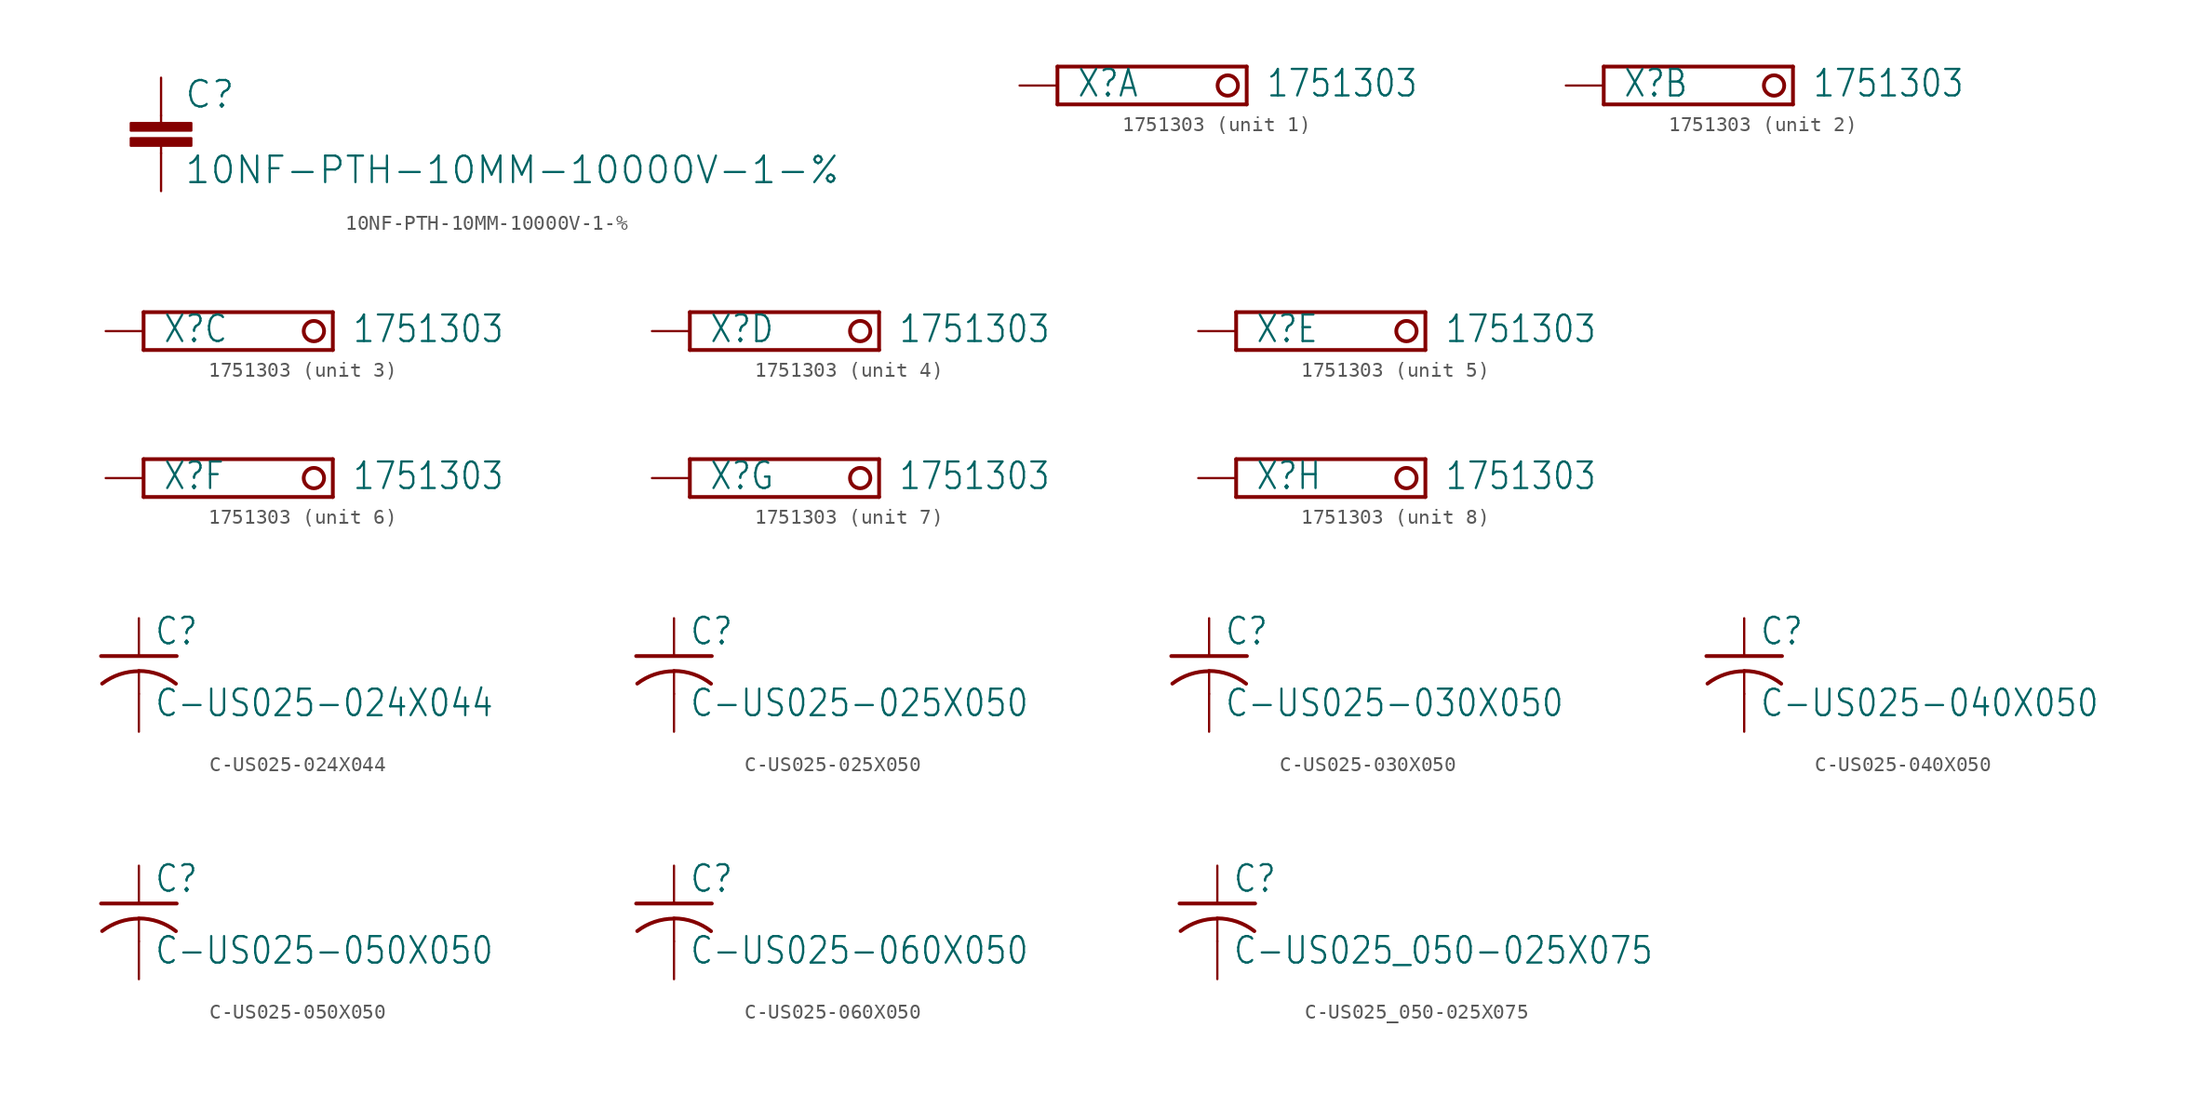
<source format=kicad_sym>
(kicad_symbol_lib
  (version 20220331)
  (generator kicad_symbol_editor)
  (symbol "10NF-PTH-10MM-10000V-1-%"
    (property "Reference" "C"
      (at 1.524 2.921 0)
      (effects (font (size 1.778 1.778)) (justify left bottom)))
    (property "Value" "10NF-PTH-10MM-10000V-1-%"
      (at 1.524 -2.159 0)
      (effects (font (size 1.778 1.778)) (justify left bottom)))
    (property "ki_locked" ""
      (at 0 0 0)
      (effects (font (size 1.27 1.27))))
    (symbol "10NF-PTH-10MM-10000V-1-%_1_0"
      (rectangle (start -2.032 0.508) (end 2.032 1.016) (stroke (width 0) (type default)) (fill (type outline)))
      (rectangle (start -2.032 1.524) (end 2.032 2.032) (stroke (width 0) (type default)) (fill (type outline)))
      (polyline (pts (xy 0 0) (xy 0 0.508)) (stroke (width 0.152) (type solid)) (fill (type none)))
      (polyline (pts (xy 0 2.54) (xy 0 2.032)) (stroke (width 0.152) (type solid)) (fill (type none)))
      (pin passive line (at 0 5.08 270) (length 2.54) (name "1" (effects (font (size 0 0)))) (number "1" (effects (font (size 0 0)))))
      (pin passive line (at 0 -2.54 90) (length 2.54) (name "2" (effects (font (size 0 0)))) (number "2" (effects (font (size 0 0)))))))
  (symbol "1751303"
    (property "Reference" "X"
      (at 1.27 -0.889 0)
      (effects (font (size 1.778 1.511)) (justify left bottom)))
    (property "Value" "1751303"
      (at 13.97 -0.889 0)
      (effects (font (size 1.778 1.511)) (justify left bottom)))
    (property "ki_locked" ""
      (at 0 0 0)
      (effects (font (size 1.27 1.27))))
    (symbol "1751303_1_0"
      (polyline (pts (xy 0 -1.27) (xy 0 1.27)) (stroke (width 0.254) (type solid)) (fill (type none)))
      (polyline (pts (xy 0 1.27) (xy 12.7 1.27)) (stroke (width 0.254) (type solid)) (fill (type none)))
      (polyline (pts (xy 12.7 -1.27) (xy 0 -1.27)) (stroke (width 0.254) (type solid)) (fill (type none)))
      (polyline (pts (xy 12.7 -1.27) (xy 12.7 1.27)) (stroke (width 0.254) (type solid)) (fill (type none)))
      (circle (center 11.43 0) (radius 0.684) (stroke (width 0.254) (type solid)) (fill (type none)))
      (pin passive line (at -2.54 0 0) (length 2.54) (name "K" (effects (font (size 0 0)))) (number "1" (effects (font (size 0 0))))))
    (symbol "1751303_2_0"
      (polyline (pts (xy 0 -1.27) (xy 0 1.27)) (stroke (width 0.254) (type solid)) (fill (type none)))
      (polyline (pts (xy 0 1.27) (xy 12.7 1.27)) (stroke (width 0.254) (type solid)) (fill (type none)))
      (polyline (pts (xy 12.7 -1.27) (xy 0 -1.27)) (stroke (width 0.254) (type solid)) (fill (type none)))
      (polyline (pts (xy 12.7 -1.27) (xy 12.7 1.27)) (stroke (width 0.254) (type solid)) (fill (type none)))
      (circle (center 11.43 0) (radius 0.684) (stroke (width 0.254) (type solid)) (fill (type none)))
      (pin passive line (at -2.54 0 0) (length 2.54) (name "K" (effects (font (size 0 0)))) (number "2" (effects (font (size 0 0))))))
    (symbol "1751303_3_0"
      (polyline (pts (xy 0 -1.27) (xy 0 1.27)) (stroke (width 0.254) (type solid)) (fill (type none)))
      (polyline (pts (xy 0 1.27) (xy 12.7 1.27)) (stroke (width 0.254) (type solid)) (fill (type none)))
      (polyline (pts (xy 12.7 -1.27) (xy 0 -1.27)) (stroke (width 0.254) (type solid)) (fill (type none)))
      (polyline (pts (xy 12.7 -1.27) (xy 12.7 1.27)) (stroke (width 0.254) (type solid)) (fill (type none)))
      (circle (center 11.43 0) (radius 0.684) (stroke (width 0.254) (type solid)) (fill (type none)))
      (pin passive line (at -2.54 0 0) (length 2.54) (name "K" (effects (font (size 0 0)))) (number "3" (effects (font (size 0 0))))))
    (symbol "1751303_4_0"
      (polyline (pts (xy 0 -1.27) (xy 0 1.27)) (stroke (width 0.254) (type solid)) (fill (type none)))
      (polyline (pts (xy 0 1.27) (xy 12.7 1.27)) (stroke (width 0.254) (type solid)) (fill (type none)))
      (polyline (pts (xy 12.7 -1.27) (xy 0 -1.27)) (stroke (width 0.254) (type solid)) (fill (type none)))
      (polyline (pts (xy 12.7 -1.27) (xy 12.7 1.27)) (stroke (width 0.254) (type solid)) (fill (type none)))
      (circle (center 11.43 0) (radius 0.684) (stroke (width 0.254) (type solid)) (fill (type none)))
      (pin passive line (at -2.54 0 0) (length 2.54) (name "K" (effects (font (size 0 0)))) (number "4" (effects (font (size 0 0))))))
    (symbol "1751303_5_0"
      (polyline (pts (xy 0 -1.27) (xy 0 1.27)) (stroke (width 0.254) (type solid)) (fill (type none)))
      (polyline (pts (xy 0 1.27) (xy 12.7 1.27)) (stroke (width 0.254) (type solid)) (fill (type none)))
      (polyline (pts (xy 12.7 -1.27) (xy 0 -1.27)) (stroke (width 0.254) (type solid)) (fill (type none)))
      (polyline (pts (xy 12.7 -1.27) (xy 12.7 1.27)) (stroke (width 0.254) (type solid)) (fill (type none)))
      (circle (center 11.43 0) (radius 0.684) (stroke (width 0.254) (type solid)) (fill (type none)))
      (pin passive line (at -2.54 0 0) (length 2.54) (name "K" (effects (font (size 0 0)))) (number "5" (effects (font (size 0 0))))))
    (symbol "1751303_6_0"
      (polyline (pts (xy 0 -1.27) (xy 0 1.27)) (stroke (width 0.254) (type solid)) (fill (type none)))
      (polyline (pts (xy 0 1.27) (xy 12.7 1.27)) (stroke (width 0.254) (type solid)) (fill (type none)))
      (polyline (pts (xy 12.7 -1.27) (xy 0 -1.27)) (stroke (width 0.254) (type solid)) (fill (type none)))
      (polyline (pts (xy 12.7 -1.27) (xy 12.7 1.27)) (stroke (width 0.254) (type solid)) (fill (type none)))
      (circle (center 11.43 0) (radius 0.684) (stroke (width 0.254) (type solid)) (fill (type none)))
      (pin passive line (at -2.54 0 0) (length 2.54) (name "K" (effects (font (size 0 0)))) (number "6" (effects (font (size 0 0))))))
    (symbol "1751303_7_0"
      (polyline (pts (xy 0 -1.27) (xy 0 1.27)) (stroke (width 0.254) (type solid)) (fill (type none)))
      (polyline (pts (xy 0 1.27) (xy 12.7 1.27)) (stroke (width 0.254) (type solid)) (fill (type none)))
      (polyline (pts (xy 12.7 -1.27) (xy 0 -1.27)) (stroke (width 0.254) (type solid)) (fill (type none)))
      (polyline (pts (xy 12.7 -1.27) (xy 12.7 1.27)) (stroke (width 0.254) (type solid)) (fill (type none)))
      (circle (center 11.43 0) (radius 0.684) (stroke (width 0.254) (type solid)) (fill (type none)))
      (pin passive line (at -2.54 0 0) (length 2.54) (name "K" (effects (font (size 0 0)))) (number "7" (effects (font (size 0 0))))))
    (symbol "1751303_8_0"
      (polyline (pts (xy 0 -1.27) (xy 0 1.27)) (stroke (width 0.254) (type solid)) (fill (type none)))
      (polyline (pts (xy 0 1.27) (xy 12.7 1.27)) (stroke (width 0.254) (type solid)) (fill (type none)))
      (polyline (pts (xy 12.7 -1.27) (xy 0 -1.27)) (stroke (width 0.254) (type solid)) (fill (type none)))
      (polyline (pts (xy 12.7 -1.27) (xy 12.7 1.27)) (stroke (width 0.254) (type solid)) (fill (type none)))
      (circle (center 11.43 0) (radius 0.684) (stroke (width 0.254) (type solid)) (fill (type none)))
      (pin passive line (at -2.54 0 0) (length 2.54) (name "K" (effects (font (size 0 0)))) (number "8" (effects (font (size 0 0)))))))
  (symbol "C-US025-024X044"
    (property "Reference" "C"
      (at 1.016 0.635 0)
      (effects (font (size 1.778 1.511)) (justify left bottom)))
    (property "Value" "C-US025-024X044"
      (at 1.016 -4.191 0)
      (effects (font (size 1.778 1.511)) (justify left bottom)))
    (property "ki_locked" ""
      (at 0 0 0)
      (effects (font (size 1.27 1.27))))
    (symbol "C-US025-024X044_1_0"
      (arc (start 0 -1.0161) (mid -1.302 -1.2303) (end -2.4668 -1.8504) (stroke (width 0.254) (type solid)) (fill (type none)))
      (polyline (pts (xy -2.54 0) (xy 2.54 0)) (stroke (width 0.254) (type solid)) (fill (type none)))
      (polyline (pts (xy 0 -1.016) (xy 0 -2.54)) (stroke (width 0.152) (type solid)) (fill (type none)))
      (arc (start 2.4892 -1.8542) (mid 1.3158 -1.2195) (end 0 -1) (stroke (width 0.254) (type solid)) (fill (type none)))
      (pin passive line (at 0 2.54 270) (length 2.54) (name "1" (effects (font (size 0 0)))) (number "1" (effects (font (size 0 0)))))
      (pin passive line (at 0 -5.08 90) (length 2.54) (name "2" (effects (font (size 0 0)))) (number "2" (effects (font (size 0 0)))))))
  (symbol "C-US025-025X050"
    (property "Reference" "C"
      (at 1.016 0.635 0)
      (effects (font (size 1.778 1.511)) (justify left bottom)))
    (property "Value" "C-US025-025X050"
      (at 1.016 -4.191 0)
      (effects (font (size 1.778 1.511)) (justify left bottom)))
    (property "ki_locked" ""
      (at 0 0 0)
      (effects (font (size 1.27 1.27))))
    (symbol "C-US025-025X050_1_0"
      (arc (start 0 -1.0161) (mid -1.302 -1.2303) (end -2.4668 -1.8504) (stroke (width 0.254) (type solid)) (fill (type none)))
      (polyline (pts (xy -2.54 0) (xy 2.54 0)) (stroke (width 0.254) (type solid)) (fill (type none)))
      (polyline (pts (xy 0 -1.016) (xy 0 -2.54)) (stroke (width 0.152) (type solid)) (fill (type none)))
      (arc (start 2.4892 -1.8542) (mid 1.3158 -1.2195) (end 0 -1) (stroke (width 0.254) (type solid)) (fill (type none)))
      (pin passive line (at 0 2.54 270) (length 2.54) (name "1" (effects (font (size 0 0)))) (number "1" (effects (font (size 0 0)))))
      (pin passive line (at 0 -5.08 90) (length 2.54) (name "2" (effects (font (size 0 0)))) (number "2" (effects (font (size 0 0)))))))
  (symbol "C-US025-030X050"
    (property "Reference" "C"
      (at 1.016 0.635 0)
      (effects (font (size 1.778 1.511)) (justify left bottom)))
    (property "Value" "C-US025-030X050"
      (at 1.016 -4.191 0)
      (effects (font (size 1.778 1.511)) (justify left bottom)))
    (property "ki_locked" ""
      (at 0 0 0)
      (effects (font (size 1.27 1.27))))
    (symbol "C-US025-030X050_1_0"
      (arc (start 0 -1.0161) (mid -1.302 -1.2303) (end -2.4668 -1.8504) (stroke (width 0.254) (type solid)) (fill (type none)))
      (polyline (pts (xy -2.54 0) (xy 2.54 0)) (stroke (width 0.254) (type solid)) (fill (type none)))
      (polyline (pts (xy 0 -1.016) (xy 0 -2.54)) (stroke (width 0.152) (type solid)) (fill (type none)))
      (arc (start 2.4892 -1.8542) (mid 1.3158 -1.2195) (end 0 -1) (stroke (width 0.254) (type solid)) (fill (type none)))
      (pin passive line (at 0 2.54 270) (length 2.54) (name "1" (effects (font (size 0 0)))) (number "1" (effects (font (size 0 0)))))
      (pin passive line (at 0 -5.08 90) (length 2.54) (name "2" (effects (font (size 0 0)))) (number "2" (effects (font (size 0 0)))))))
  (symbol "C-US025-040X050"
    (property "Reference" "C"
      (at 1.016 0.635 0)
      (effects (font (size 1.778 1.511)) (justify left bottom)))
    (property "Value" "C-US025-040X050"
      (at 1.016 -4.191 0)
      (effects (font (size 1.778 1.511)) (justify left bottom)))
    (property "ki_locked" ""
      (at 0 0 0)
      (effects (font (size 1.27 1.27))))
    (symbol "C-US025-040X050_1_0"
      (arc (start 0 -1.0161) (mid -1.302 -1.2303) (end -2.4668 -1.8504) (stroke (width 0.254) (type solid)) (fill (type none)))
      (polyline (pts (xy -2.54 0) (xy 2.54 0)) (stroke (width 0.254) (type solid)) (fill (type none)))
      (polyline (pts (xy 0 -1.016) (xy 0 -2.54)) (stroke (width 0.152) (type solid)) (fill (type none)))
      (arc (start 2.4892 -1.8542) (mid 1.3158 -1.2195) (end 0 -1) (stroke (width 0.254) (type solid)) (fill (type none)))
      (pin passive line (at 0 2.54 270) (length 2.54) (name "1" (effects (font (size 0 0)))) (number "1" (effects (font (size 0 0)))))
      (pin passive line (at 0 -5.08 90) (length 2.54) (name "2" (effects (font (size 0 0)))) (number "2" (effects (font (size 0 0)))))))
  (symbol "C-US025-050X050"
    (property "Reference" "C"
      (at 1.016 0.635 0)
      (effects (font (size 1.778 1.511)) (justify left bottom)))
    (property "Value" "C-US025-050X050"
      (at 1.016 -4.191 0)
      (effects (font (size 1.778 1.511)) (justify left bottom)))
    (property "ki_locked" ""
      (at 0 0 0)
      (effects (font (size 1.27 1.27))))
    (symbol "C-US025-050X050_1_0"
      (arc (start 0 -1.0161) (mid -1.302 -1.2303) (end -2.4668 -1.8504) (stroke (width 0.254) (type solid)) (fill (type none)))
      (polyline (pts (xy -2.54 0) (xy 2.54 0)) (stroke (width 0.254) (type solid)) (fill (type none)))
      (polyline (pts (xy 0 -1.016) (xy 0 -2.54)) (stroke (width 0.152) (type solid)) (fill (type none)))
      (arc (start 2.4892 -1.8542) (mid 1.3158 -1.2195) (end 0 -1) (stroke (width 0.254) (type solid)) (fill (type none)))
      (pin passive line (at 0 2.54 270) (length 2.54) (name "1" (effects (font (size 0 0)))) (number "1" (effects (font (size 0 0)))))
      (pin passive line (at 0 -5.08 90) (length 2.54) (name "2" (effects (font (size 0 0)))) (number "2" (effects (font (size 0 0)))))))
  (symbol "C-US025-060X050"
    (property "Reference" "C"
      (at 1.016 0.635 0)
      (effects (font (size 1.778 1.511)) (justify left bottom)))
    (property "Value" "C-US025-060X050"
      (at 1.016 -4.191 0)
      (effects (font (size 1.778 1.511)) (justify left bottom)))
    (property "ki_locked" ""
      (at 0 0 0)
      (effects (font (size 1.27 1.27))))
    (symbol "C-US025-060X050_1_0"
      (arc (start 0 -1.0161) (mid -1.302 -1.2303) (end -2.4668 -1.8504) (stroke (width 0.254) (type solid)) (fill (type none)))
      (polyline (pts (xy -2.54 0) (xy 2.54 0)) (stroke (width 0.254) (type solid)) (fill (type none)))
      (polyline (pts (xy 0 -1.016) (xy 0 -2.54)) (stroke (width 0.152) (type solid)) (fill (type none)))
      (arc (start 2.4892 -1.8542) (mid 1.3158 -1.2195) (end 0 -1) (stroke (width 0.254) (type solid)) (fill (type none)))
      (pin passive line (at 0 2.54 270) (length 2.54) (name "1" (effects (font (size 0 0)))) (number "1" (effects (font (size 0 0)))))
      (pin passive line (at 0 -5.08 90) (length 2.54) (name "2" (effects (font (size 0 0)))) (number "2" (effects (font (size 0 0)))))))
  (symbol "C-US025_050-025X075"
    (property "Reference" "C"
      (at 1.016 0.635 0)
      (effects (font (size 1.778 1.511)) (justify left bottom)))
    (property "Value" "C-US025_050-025X075"
      (at 1.016 -4.191 0)
      (effects (font (size 1.778 1.511)) (justify left bottom)))
    (property "ki_locked" ""
      (at 0 0 0)
      (effects (font (size 1.27 1.27))))
    (symbol "C-US025_050-025X075_1_0"
      (arc (start 0 -1.0161) (mid -1.302 -1.2303) (end -2.4668 -1.8504) (stroke (width 0.254) (type solid)) (fill (type none)))
      (polyline (pts (xy -2.54 0) (xy 2.54 0)) (stroke (width 0.254) (type solid)) (fill (type none)))
      (polyline (pts (xy 0 -1.016) (xy 0 -2.54)) (stroke (width 0.152) (type solid)) (fill (type none)))
      (arc (start 2.4892 -1.8542) (mid 1.3158 -1.2195) (end 0 -1) (stroke (width 0.254) (type solid)) (fill (type none)))
      (pin passive line (at 0 2.54 270) (length 2.54) (name "1" (effects (font (size 0 0)))) (number "1" (effects (font (size 0 0)))))
      (pin passive line (at 0 -5.08 90) (length 2.54) (name "2" (effects (font (size 0 0)))) (number "2" (effects (font (size 0 0))))))))
</source>
